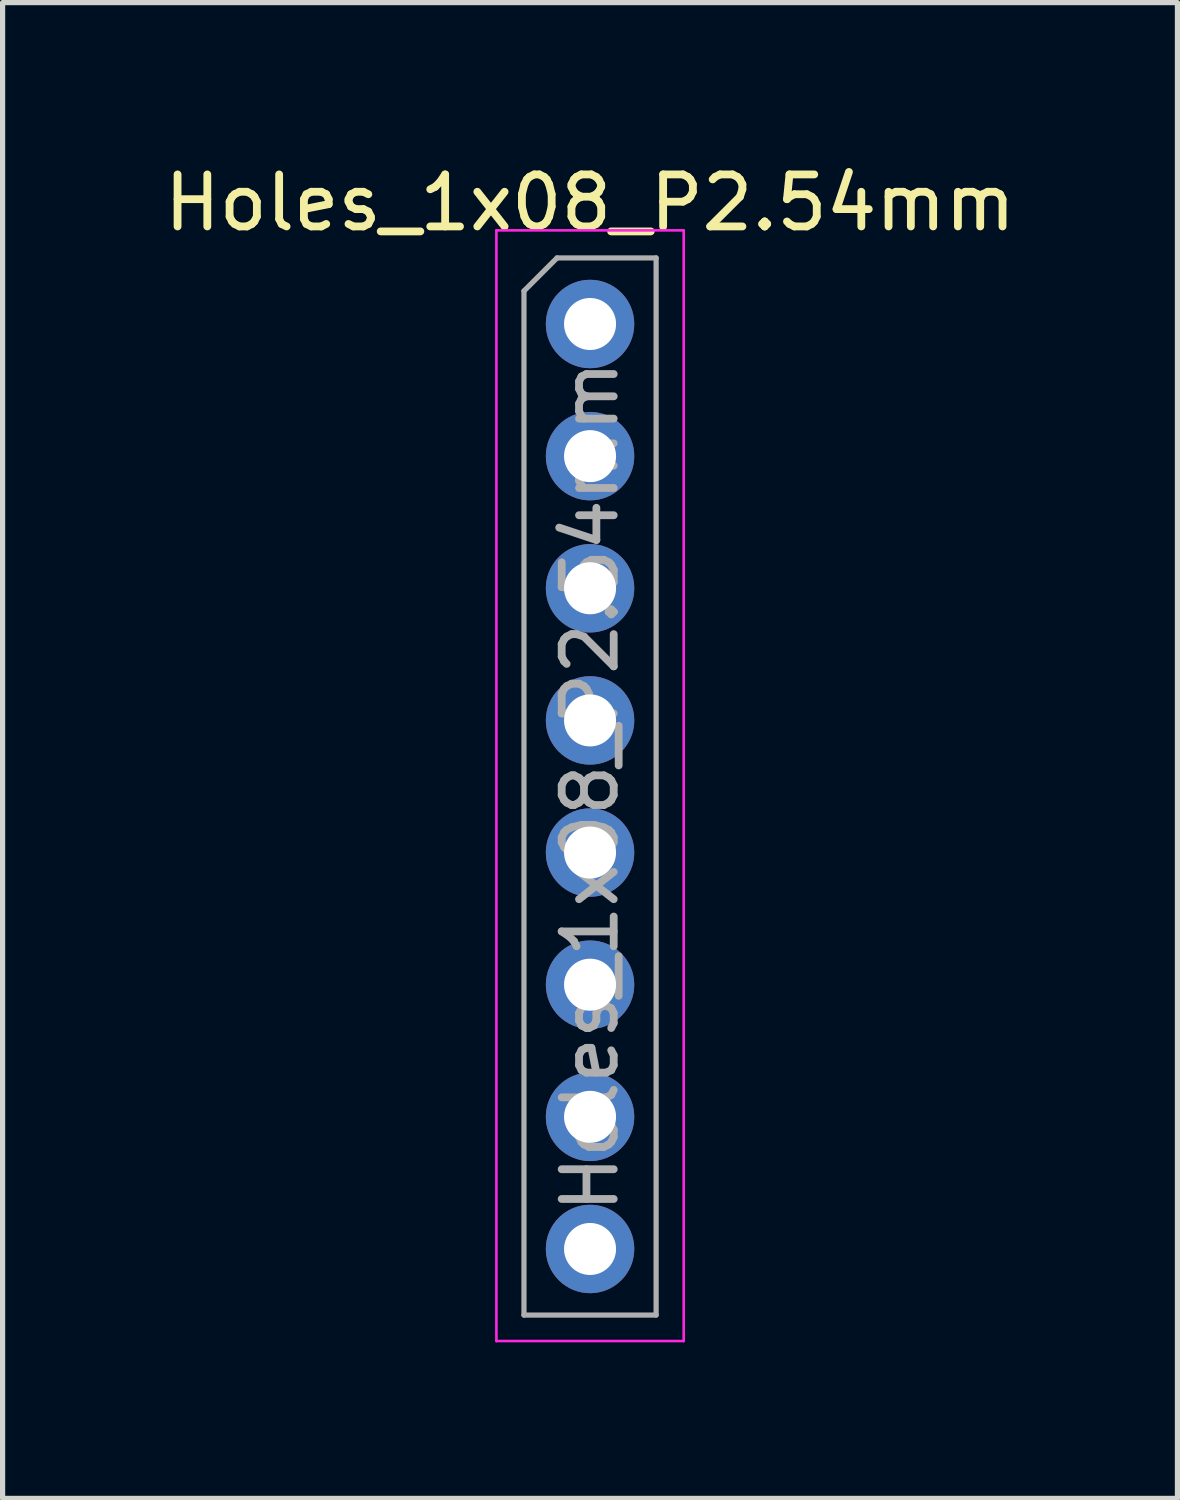
<source format=kicad_pcb>
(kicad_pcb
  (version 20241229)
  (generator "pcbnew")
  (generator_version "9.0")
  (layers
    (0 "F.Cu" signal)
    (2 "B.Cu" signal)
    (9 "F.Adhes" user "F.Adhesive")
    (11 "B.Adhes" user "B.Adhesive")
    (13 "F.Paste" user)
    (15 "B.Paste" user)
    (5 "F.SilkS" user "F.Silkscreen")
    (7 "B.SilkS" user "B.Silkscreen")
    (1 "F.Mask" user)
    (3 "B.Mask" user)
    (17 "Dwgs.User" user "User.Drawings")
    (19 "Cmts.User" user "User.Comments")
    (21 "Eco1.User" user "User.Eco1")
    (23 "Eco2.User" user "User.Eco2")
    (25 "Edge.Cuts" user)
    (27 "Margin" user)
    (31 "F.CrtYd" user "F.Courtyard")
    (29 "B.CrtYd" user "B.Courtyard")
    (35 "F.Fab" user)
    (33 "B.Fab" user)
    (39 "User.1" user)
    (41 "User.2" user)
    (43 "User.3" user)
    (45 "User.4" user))
  (footprint "Holes_1x08_P2.54mm"
    (layer "F.Cu")
    (at 8.292 3.178)
    (property "Reference" "Holes_1x08_P2.54mm" (at 0 -2.33 0) (layer "F.SilkS") (effects (font (size 1 1) (thickness 0.15))))
    (attr through_hole)
    (fp_line (start -1.8 -1.8) (end -1.8 19.55) (stroke (width 0.05) (type solid)) (layer "F.CrtYd"))
    (fp_line (start -1.8 19.55) (end 1.8 19.55) (stroke (width 0.05) (type solid)) (layer "F.CrtYd"))
    (fp_line (start 1.8 -1.8) (end -1.8 -1.8) (stroke (width 0.05) (type solid)) (layer "F.CrtYd"))
    (fp_line (start 1.8 19.55) (end 1.8 -1.8) (stroke (width 0.05) (type solid)) (layer "F.CrtYd"))
    (fp_line (start -1.27 -0.635) (end -0.635 -1.27) (stroke (width 0.1) (type solid)) (layer "F.Fab"))
    (fp_line (start -1.27 19.05) (end -1.27 -0.635) (stroke (width 0.1) (type solid)) (layer "F.Fab"))
    (fp_line (start -0.635 -1.27) (end 1.27 -1.27) (stroke (width 0.1) (type solid)) (layer "F.Fab"))
    (fp_line (start 1.27 -1.27) (end 1.27 19.05) (stroke (width 0.1) (type solid)) (layer "F.Fab"))
    (fp_line (start 1.27 19.05) (end -1.27 19.05) (stroke (width 0.1) (type solid)) (layer "F.Fab"))
    (fp_text user "${REFERENCE}" (at 0 8.89 90) (layer "F.Fab") (effects (font (size 1 1) (thickness 0.15))))
    (pad "1" thru_hole circle (at 0 0) (size 1.7 1.7) (drill 1) (layers "*.Cu" "*.Mask"))
    (pad "2" thru_hole oval (at 0 2.54) (size 1.7 1.7) (drill 1) (layers "*.Cu" "*.Mask"))
    (pad "3" thru_hole oval (at 0 5.08) (size 1.7 1.7) (drill 1) (layers "*.Cu" "*.Mask"))
    (pad "4" thru_hole oval (at 0 7.62) (size 1.7 1.7) (drill 1) (layers "*.Cu" "*.Mask"))
    (pad "5" thru_hole oval (at 0 10.16) (size 1.7 1.7) (drill 1) (layers "*.Cu" "*.Mask"))
    (pad "6" thru_hole oval (at 0 12.7) (size 1.7 1.7) (drill 1) (layers "*.Cu" "*.Mask"))
    (pad "7" thru_hole oval (at 0 15.24) (size 1.7 1.7) (drill 1) (layers "*.Cu" "*.Mask"))
    (pad "8" thru_hole oval (at 0 17.78) (size 1.7 1.7) (drill 1) (layers "*.Cu" "*.Mask")))
  (gr_rect
    (start -3 -3)
    (end 19.583 25.753)
    (stroke (width 0.1) (type default))
    (fill no)
    (layer "Edge.Cuts")))
</source>
